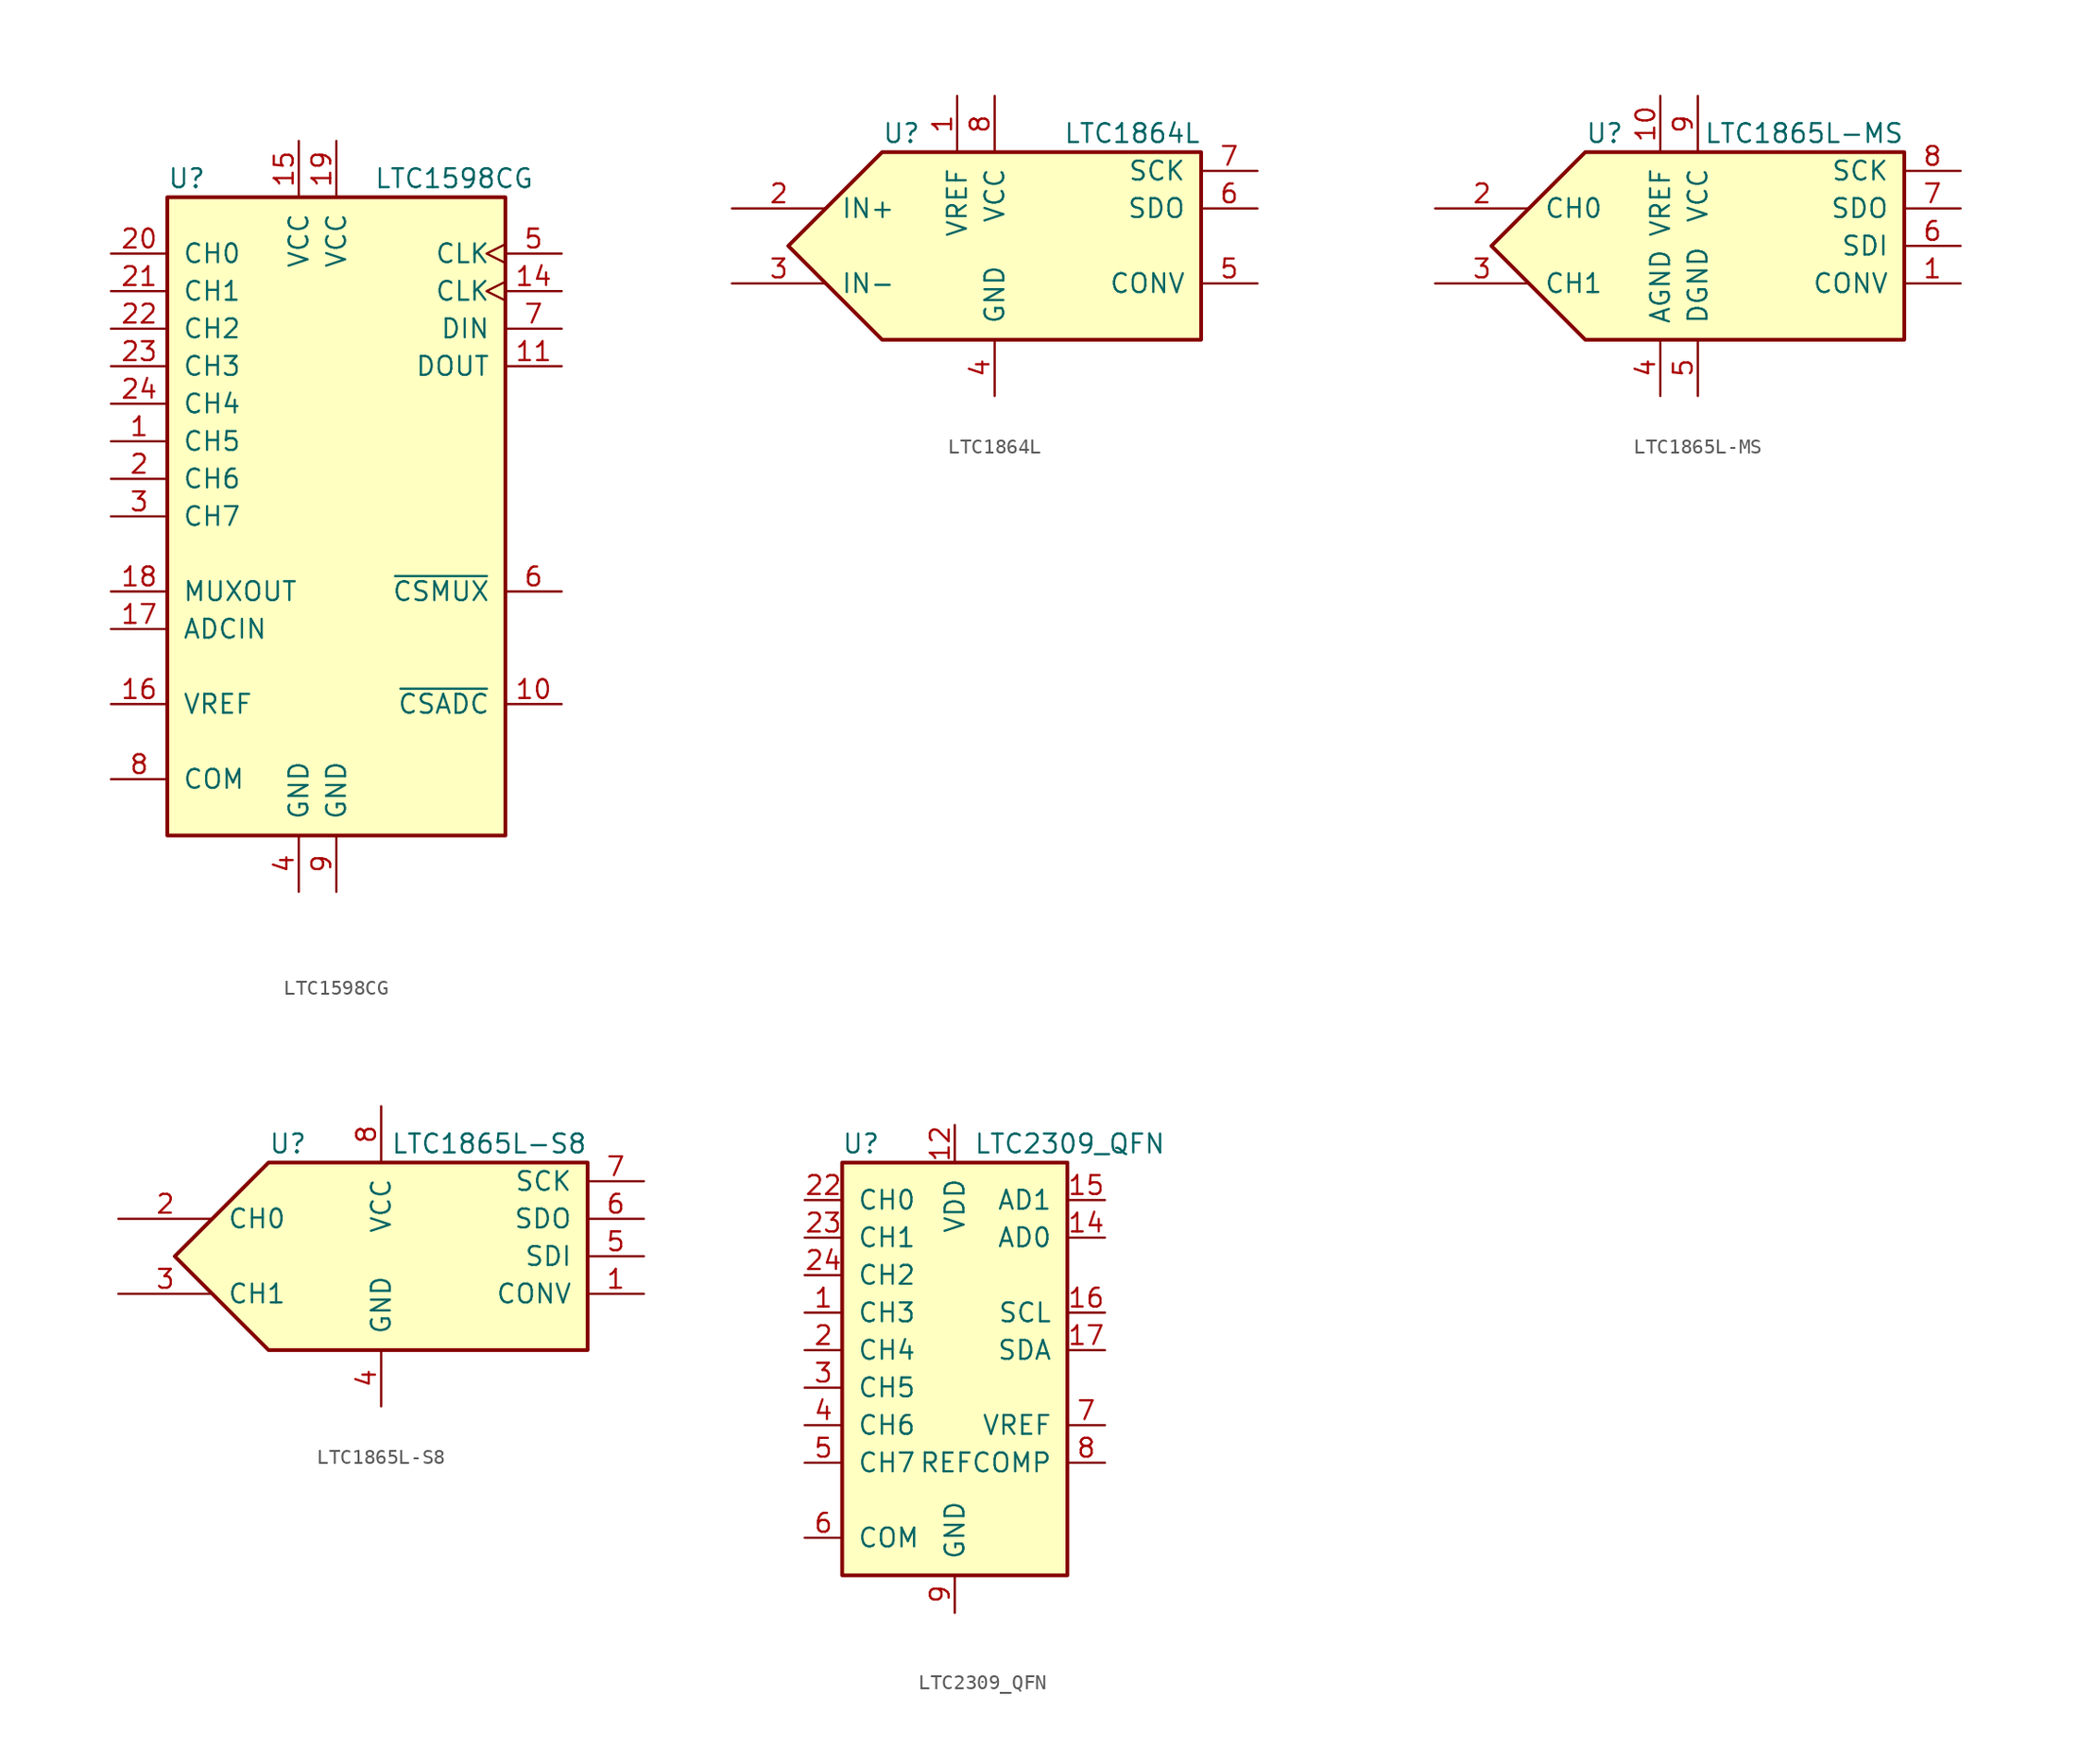
<source format=kicad_sym>
(kicad_symbol_lib
  (version 20220914)
  (generator kicad_symbol_editor)
  (symbol "LTC1598CG"
    (pin_names
      (offset 1.016))
    (property "Reference" "U"
      (at -11.43 22.86 0)
      (effects (font (size 1.27 1.27)) (justify left)))
    (property "Value" "LTC1598CG"
      (at 2.54 22.86 0)
      (effects (font (size 1.27 1.27)) (justify left)))
    (symbol "LTC1598CG_0_1"
      (rectangle (start -11.43 21.59) (end 11.43 -21.59) (stroke (width 0.254) (type default)) (fill (type background))))
    (symbol "LTC1598CG_1_1"
      (pin input line (at -15.24 5.08 0) (length 3.81) (name "CH5" (effects (font (size 1.27 1.27)))) (number "1" (effects (font (size 1.27 1.27)))))
      (pin input line (at 15.24 -12.7 180) (length 3.81) (name "~{CSADC}" (effects (font (size 1.27 1.27)))) (number "10" (effects (font (size 1.27 1.27)))))
      (pin output line (at 15.24 10.16 180) (length 3.81) (name "DOUT" (effects (font (size 1.27 1.27)))) (number "11" (effects (font (size 1.27 1.27)))))
      (pin no_connect line (at 2.54 -25.4 90) (length 3.81) hide (name "NC" (effects (font (size 1.27 1.27)))) (number "12" (effects (font (size 1.27 1.27)))))
      (pin no_connect line (at 5.08 -25.4 90) (length 3.81) hide (name "NC" (effects (font (size 1.27 1.27)))) (number "13" (effects (font (size 1.27 1.27)))))
      (pin input clock (at 15.24 15.24 180) (length 3.81) (name "CLK" (effects (font (size 1.27 1.27)))) (number "14" (effects (font (size 1.27 1.27)))))
      (pin power_in line (at -2.54 25.4 270) (length 3.81) (name "VCC" (effects (font (size 1.27 1.27)))) (number "15" (effects (font (size 1.27 1.27)))))
      (pin input line (at -15.24 -12.7 0) (length 3.81) (name "VREF" (effects (font (size 1.27 1.27)))) (number "16" (effects (font (size 1.27 1.27)))))
      (pin input line (at -15.24 -7.62 0) (length 3.81) (name "ADCIN" (effects (font (size 1.27 1.27)))) (number "17" (effects (font (size 1.27 1.27)))))
      (pin output line (at -15.24 -5.08 0) (length 3.81) (name "MUXOUT" (effects (font (size 1.27 1.27)))) (number "18" (effects (font (size 1.27 1.27)))))
      (pin power_in line (at 0 25.4 270) (length 3.81) (name "VCC" (effects (font (size 1.27 1.27)))) (number "19" (effects (font (size 1.27 1.27)))))
      (pin input line (at -15.24 2.54 0) (length 3.81) (name "CH6" (effects (font (size 1.27 1.27)))) (number "2" (effects (font (size 1.27 1.27)))))
      (pin input line (at -15.24 17.78 0) (length 3.81) (name "CH0" (effects (font (size 1.27 1.27)))) (number "20" (effects (font (size 1.27 1.27)))))
      (pin input line (at -15.24 15.24 0) (length 3.81) (name "CH1" (effects (font (size 1.27 1.27)))) (number "21" (effects (font (size 1.27 1.27)))))
      (pin input line (at -15.24 12.7 0) (length 3.81) (name "CH2" (effects (font (size 1.27 1.27)))) (number "22" (effects (font (size 1.27 1.27)))))
      (pin input line (at -15.24 10.16 0) (length 3.81) (name "CH3" (effects (font (size 1.27 1.27)))) (number "23" (effects (font (size 1.27 1.27)))))
      (pin input line (at -15.24 7.62 0) (length 3.81) (name "CH4" (effects (font (size 1.27 1.27)))) (number "24" (effects (font (size 1.27 1.27)))))
      (pin input line (at -15.24 0 0) (length 3.81) (name "CH7" (effects (font (size 1.27 1.27)))) (number "3" (effects (font (size 1.27 1.27)))))
      (pin power_in line (at -2.54 -25.4 90) (length 3.81) (name "GND" (effects (font (size 1.27 1.27)))) (number "4" (effects (font (size 1.27 1.27)))))
      (pin input clock (at 15.24 17.78 180) (length 3.81) (name "CLK" (effects (font (size 1.27 1.27)))) (number "5" (effects (font (size 1.27 1.27)))))
      (pin input line (at 15.24 -5.08 180) (length 3.81) (name "~{CSMUX}" (effects (font (size 1.27 1.27)))) (number "6" (effects (font (size 1.27 1.27)))))
      (pin input line (at 15.24 12.7 180) (length 3.81) (name "DIN" (effects (font (size 1.27 1.27)))) (number "7" (effects (font (size 1.27 1.27)))))
      (pin input line (at -15.24 -17.78 0) (length 3.81) (name "COM" (effects (font (size 1.27 1.27)))) (number "8" (effects (font (size 1.27 1.27)))))
      (pin power_in line (at 0 -25.4 90) (length 3.81) (name "GND" (effects (font (size 1.27 1.27)))) (number "9" (effects (font (size 1.27 1.27)))))))
  (symbol "LTC1864L"
    (pin_names
      (offset 1.016))
    (property "Reference" "U"
      (at -10.16 7.62 0)
      (effects (font (size 1.27 1.27)) (justify left)))
    (property "Value" "LTC1864L"
      (at 11.43 7.62 0)
      (effects (font (size 1.27 1.27)) (justify right)))
    (symbol "LTC1864L_0_1"
      (polyline (pts (xy 11.43 6.35) (xy -10.16 6.35) (xy -16.51 0) (xy -10.16 -6.35) (xy 11.43 -6.35) (xy 11.43 6.35)) (stroke (width 0.254) (type default)) (fill (type background))))
    (symbol "LTC1864L_1_1"
      (pin input line (at -5.08 10.16 270) (length 3.81) (name "VREF" (effects (font (size 1.27 1.27)))) (number "1" (effects (font (size 1.27 1.27)))))
      (pin input line (at -20.32 2.54 0) (length 6.35) (name "IN+" (effects (font (size 1.27 1.27)))) (number "2" (effects (font (size 1.27 1.27)))))
      (pin input line (at -20.32 -2.54 0) (length 6.35) (name "IN-" (effects (font (size 1.27 1.27)))) (number "3" (effects (font (size 1.27 1.27)))))
      (pin power_in line (at -2.54 -10.16 90) (length 3.81) (name "GND" (effects (font (size 1.27 1.27)))) (number "4" (effects (font (size 1.27 1.27)))))
      (pin input line (at 15.24 -2.54 180) (length 3.81) (name "CONV" (effects (font (size 1.27 1.27)))) (number "5" (effects (font (size 1.27 1.27)))))
      (pin output line (at 15.24 2.54 180) (length 3.81) (name "SDO" (effects (font (size 1.27 1.27)))) (number "6" (effects (font (size 1.27 1.27)))))
      (pin input line (at 15.24 5.08 180) (length 3.81) (name "SCK" (effects (font (size 1.27 1.27)))) (number "7" (effects (font (size 1.27 1.27)))))
      (pin power_in line (at -2.54 10.16 270) (length 3.81) (name "VCC" (effects (font (size 1.27 1.27)))) (number "8" (effects (font (size 1.27 1.27)))))))
  (symbol "LTC1865L-MS"
    (pin_names
      (offset 1.016))
    (property "Reference" "U"
      (at -10.16 7.62 0)
      (effects (font (size 1.27 1.27)) (justify left)))
    (property "Value" "LTC1865L-MS"
      (at 11.43 7.62 0)
      (effects (font (size 1.27 1.27)) (justify right)))
    (symbol "LTC1865L-MS_0_1"
      (polyline (pts (xy 11.43 6.35) (xy -10.16 6.35) (xy -16.51 0) (xy -10.16 -6.35) (xy 11.43 -6.35) (xy 11.43 6.35)) (stroke (width 0.254) (type default)) (fill (type background))))
    (symbol "LTC1865L-MS_1_1"
      (pin input line (at 15.24 -2.54 180) (length 3.81) (name "CONV" (effects (font (size 1.27 1.27)))) (number "1" (effects (font (size 1.27 1.27)))))
      (pin input line (at -5.08 10.16 270) (length 3.81) (name "VREF" (effects (font (size 1.27 1.27)))) (number "10" (effects (font (size 1.27 1.27)))))
      (pin input line (at -20.32 2.54 0) (length 6.35) (name "CH0" (effects (font (size 1.27 1.27)))) (number "2" (effects (font (size 1.27 1.27)))))
      (pin input line (at -20.32 -2.54 0) (length 6.35) (name "CH1" (effects (font (size 1.27 1.27)))) (number "3" (effects (font (size 1.27 1.27)))))
      (pin power_in line (at -5.08 -10.16 90) (length 3.81) (name "AGND" (effects (font (size 1.27 1.27)))) (number "4" (effects (font (size 1.27 1.27)))))
      (pin power_in line (at -2.54 -10.16 90) (length 3.81) (name "DGND" (effects (font (size 1.27 1.27)))) (number "5" (effects (font (size 1.27 1.27)))))
      (pin input line (at 15.24 0 180) (length 3.81) (name "SDI" (effects (font (size 1.27 1.27)))) (number "6" (effects (font (size 1.27 1.27)))))
      (pin output line (at 15.24 2.54 180) (length 3.81) (name "SDO" (effects (font (size 1.27 1.27)))) (number "7" (effects (font (size 1.27 1.27)))))
      (pin input line (at 15.24 5.08 180) (length 3.81) (name "SCK" (effects (font (size 1.27 1.27)))) (number "8" (effects (font (size 1.27 1.27)))))
      (pin power_in line (at -2.54 10.16 270) (length 3.81) (name "VCC" (effects (font (size 1.27 1.27)))) (number "9" (effects (font (size 1.27 1.27)))))))
  (symbol "LTC1865L-S8"
    (pin_names
      (offset 1.016))
    (property "Reference" "U"
      (at -10.16 7.62 0)
      (effects (font (size 1.27 1.27)) (justify left)))
    (property "Value" "LTC1865L-S8"
      (at 11.43 7.62 0)
      (effects (font (size 1.27 1.27)) (justify right)))
    (symbol "LTC1865L-S8_0_1"
      (polyline (pts (xy 11.43 6.35) (xy -10.16 6.35) (xy -16.51 0) (xy -10.16 -6.35) (xy 11.43 -6.35) (xy 11.43 6.35)) (stroke (width 0.254) (type default)) (fill (type background))))
    (symbol "LTC1865L-S8_1_1"
      (pin input line (at 15.24 -2.54 180) (length 3.81) (name "CONV" (effects (font (size 1.27 1.27)))) (number "1" (effects (font (size 1.27 1.27)))))
      (pin input line (at -20.32 2.54 0) (length 6.35) (name "CH0" (effects (font (size 1.27 1.27)))) (number "2" (effects (font (size 1.27 1.27)))))
      (pin input line (at -20.32 -2.54 0) (length 6.35) (name "CH1" (effects (font (size 1.27 1.27)))) (number "3" (effects (font (size 1.27 1.27)))))
      (pin power_in line (at -2.54 -10.16 90) (length 3.81) (name "GND" (effects (font (size 1.27 1.27)))) (number "4" (effects (font (size 1.27 1.27)))))
      (pin input line (at 15.24 0 180) (length 3.81) (name "SDI" (effects (font (size 1.27 1.27)))) (number "5" (effects (font (size 1.27 1.27)))))
      (pin output line (at 15.24 2.54 180) (length 3.81) (name "SDO" (effects (font (size 1.27 1.27)))) (number "6" (effects (font (size 1.27 1.27)))))
      (pin input line (at 15.24 5.08 180) (length 3.81) (name "SCK" (effects (font (size 1.27 1.27)))) (number "7" (effects (font (size 1.27 1.27)))))
      (pin power_in line (at -2.54 10.16 270) (length 3.81) (name "VCC" (effects (font (size 1.27 1.27)))) (number "8" (effects (font (size 1.27 1.27)))))))
  (symbol "LTC2309_QFN"
    (pin_names
      (offset 1.016))
    (property "Reference" "U"
      (at -6.35 13.97 0)
      (effects (font (size 1.27 1.27))))
    (property "Value" "LTC2309_QFN"
      (at 1.27 13.97 0)
      (effects (font (size 1.27 1.27)) (justify left)))
    (symbol "LTC2309_QFN_0_1"
      (rectangle (start -7.62 12.7) (end 7.62 -15.24) (stroke (width 0.254) (type default)) (fill (type background)))
      (pin input line (at -10.16 -2.54 0) (length 2.54) (name "CH5" (effects (font (size 1.27 1.27)))) (number "3" (effects (font (size 1.27 1.27))))))
    (symbol "LTC2309_QFN_1_1"
      (pin input line (at -10.16 2.54 0) (length 2.54) (name "CH3" (effects (font (size 1.27 1.27)))) (number "1" (effects (font (size 1.27 1.27)))))
      (pin passive line (at 0 -17.78 90) (length 2.54) hide (name "GND" (effects (font (size 1.27 1.27)))) (number "10" (effects (font (size 1.27 1.27)))))
      (pin passive line (at 0 -17.78 90) (length 2.54) hide (name "GND" (effects (font (size 1.27 1.27)))) (number "11" (effects (font (size 1.27 1.27)))))
      (pin power_in line (at 0 15.24 270) (length 2.54) (name "VDD" (effects (font (size 1.27 1.27)))) (number "12" (effects (font (size 1.27 1.27)))))
      (pin passive line (at 0 15.24 270) (length 2.54) hide (name "VDD" (effects (font (size 1.27 1.27)))) (number "13" (effects (font (size 1.27 1.27)))))
      (pin input line (at 10.16 7.62 180) (length 2.54) (name "AD0" (effects (font (size 1.27 1.27)))) (number "14" (effects (font (size 1.27 1.27)))))
      (pin input line (at 10.16 10.16 180) (length 2.54) (name "AD1" (effects (font (size 1.27 1.27)))) (number "15" (effects (font (size 1.27 1.27)))))
      (pin input line (at 10.16 2.54 180) (length 2.54) (name "SCL" (effects (font (size 1.27 1.27)))) (number "16" (effects (font (size 1.27 1.27)))))
      (pin bidirectional line (at 10.16 0 180) (length 2.54) (name "SDA" (effects (font (size 1.27 1.27)))) (number "17" (effects (font (size 1.27 1.27)))))
      (pin passive line (at 0 -17.78 90) (length 2.54) hide (name "GND" (effects (font (size 1.27 1.27)))) (number "18" (effects (font (size 1.27 1.27)))))
      (pin passive line (at 0 -17.78 90) (length 2.54) hide (name "GND" (effects (font (size 1.27 1.27)))) (number "19" (effects (font (size 1.27 1.27)))))
      (pin input line (at -10.16 0 0) (length 2.54) (name "CH4" (effects (font (size 1.27 1.27)))) (number "2" (effects (font (size 1.27 1.27)))))
      (pin passive line (at 0 -17.78 90) (length 2.54) hide (name "GND" (effects (font (size 1.27 1.27)))) (number "20" (effects (font (size 1.27 1.27)))))
      (pin passive line (at 0 15.24 270) (length 2.54) hide (name "VDD" (effects (font (size 1.27 1.27)))) (number "21" (effects (font (size 1.27 1.27)))))
      (pin input line (at -10.16 10.16 0) (length 2.54) (name "CH0" (effects (font (size 1.27 1.27)))) (number "22" (effects (font (size 1.27 1.27)))))
      (pin input line (at -10.16 7.62 0) (length 2.54) (name "CH1" (effects (font (size 1.27 1.27)))) (number "23" (effects (font (size 1.27 1.27)))))
      (pin input line (at -10.16 5.08 0) (length 2.54) (name "CH2" (effects (font (size 1.27 1.27)))) (number "24" (effects (font (size 1.27 1.27)))))
      (pin passive line (at 0 -17.78 90) (length 2.54) hide (name "GND" (effects (font (size 1.27 1.27)))) (number "25" (effects (font (size 1.27 1.27)))))
      (pin input line (at -10.16 -5.08 0) (length 2.54) (name "CH6" (effects (font (size 1.27 1.27)))) (number "4" (effects (font (size 1.27 1.27)))))
      (pin input line (at -10.16 -7.62 0) (length 2.54) (name "CH7" (effects (font (size 1.27 1.27)))) (number "5" (effects (font (size 1.27 1.27)))))
      (pin input line (at -10.16 -12.7 0) (length 2.54) (name "COM" (effects (font (size 1.27 1.27)))) (number "6" (effects (font (size 1.27 1.27)))))
      (pin input line (at 10.16 -5.08 180) (length 2.54) (name "VREF" (effects (font (size 1.27 1.27)))) (number "7" (effects (font (size 1.27 1.27)))))
      (pin input line (at 10.16 -7.62 180) (length 2.54) (name "REFCOMP" (effects (font (size 1.27 1.27)))) (number "8" (effects (font (size 1.27 1.27)))))
      (pin power_in line (at 0 -17.78 90) (length 2.54) (name "GND" (effects (font (size 1.27 1.27)))) (number "9" (effects (font (size 1.27 1.27))))))))
</source>
